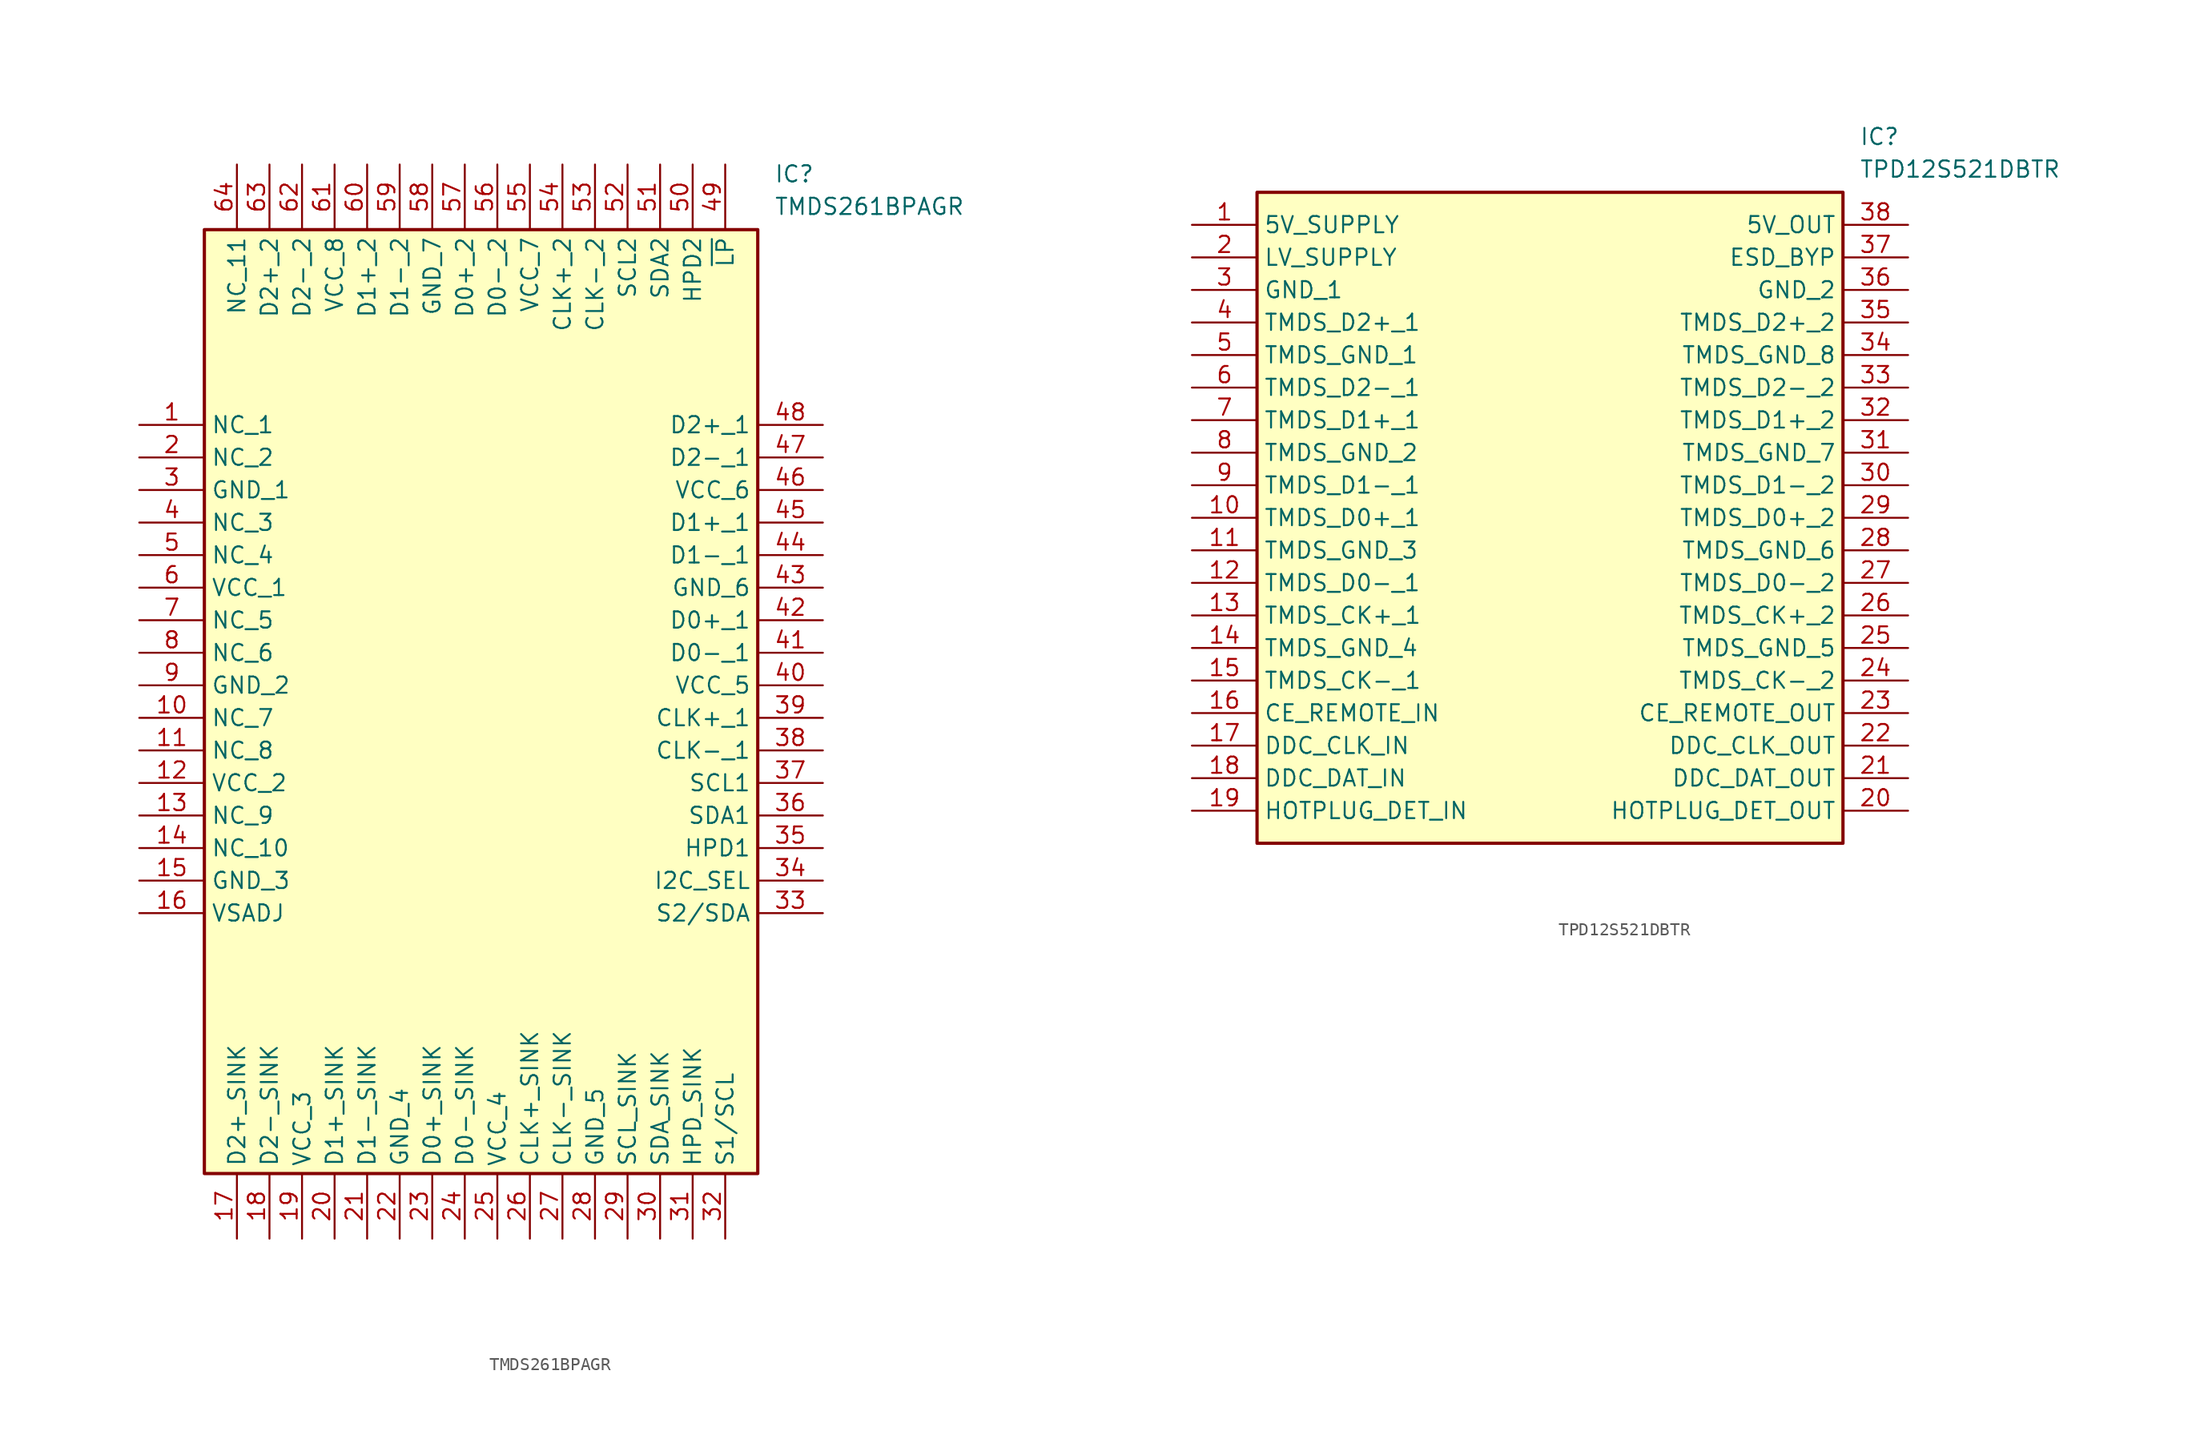
<source format=kicad_sym>
(kicad_symbol_lib
  (version 20220914)
  (generator SamacSys_ECAD_Model)
  (symbol "TMDS261BPAGR"
    (property "Reference" "IC"
      (at 49.53 20.32 0)
      (effects (font (size 1.27 1.27)) (justify left top)))
    (property "Value" "TMDS261BPAGR"
      (at 49.53 17.78 0)
      (effects (font (size 1.27 1.27)) (justify left top)))
    (rectangle
      (start 5.08 15.24)
      (end 48.26 -58.42)
      (stroke (width 0.254) (type default))
      (fill (type background)))
    (pin passive line
      (at 0 0 0)
      (length 5.08)
      (name "NC_1" (effects (font (size 1.27 1.27))))
      (number "1" (effects (font (size 1.27 1.27)))))
    (pin passive line
      (at 0 -2.54 0)
      (length 5.08)
      (name "NC_2" (effects (font (size 1.27 1.27))))
      (number "2" (effects (font (size 1.27 1.27)))))
    (pin passive line
      (at 0 -5.08 0)
      (length 5.08)
      (name "GND_1" (effects (font (size 1.27 1.27))))
      (number "3" (effects (font (size 1.27 1.27)))))
    (pin passive line
      (at 0 -7.62 0)
      (length 5.08)
      (name "NC_3" (effects (font (size 1.27 1.27))))
      (number "4" (effects (font (size 1.27 1.27)))))
    (pin passive line
      (at 0 -10.16 0)
      (length 5.08)
      (name "NC_4" (effects (font (size 1.27 1.27))))
      (number "5" (effects (font (size 1.27 1.27)))))
    (pin passive line
      (at 0 -12.7 0)
      (length 5.08)
      (name "VCC_1" (effects (font (size 1.27 1.27))))
      (number "6" (effects (font (size 1.27 1.27)))))
    (pin passive line
      (at 0 -15.24 0)
      (length 5.08)
      (name "NC_5" (effects (font (size 1.27 1.27))))
      (number "7" (effects (font (size 1.27 1.27)))))
    (pin passive line
      (at 0 -17.78 0)
      (length 5.08)
      (name "NC_6" (effects (font (size 1.27 1.27))))
      (number "8" (effects (font (size 1.27 1.27)))))
    (pin passive line
      (at 0 -20.32 0)
      (length 5.08)
      (name "GND_2" (effects (font (size 1.27 1.27))))
      (number "9" (effects (font (size 1.27 1.27)))))
    (pin passive line
      (at 0 -22.86 0)
      (length 5.08)
      (name "NC_7" (effects (font (size 1.27 1.27))))
      (number "10" (effects (font (size 1.27 1.27)))))
    (pin passive line
      (at 0 -25.4 0)
      (length 5.08)
      (name "NC_8" (effects (font (size 1.27 1.27))))
      (number "11" (effects (font (size 1.27 1.27)))))
    (pin passive line
      (at 0 -27.94 0)
      (length 5.08)
      (name "VCC_2" (effects (font (size 1.27 1.27))))
      (number "12" (effects (font (size 1.27 1.27)))))
    (pin passive line
      (at 0 -30.48 0)
      (length 5.08)
      (name "NC_9" (effects (font (size 1.27 1.27))))
      (number "13" (effects (font (size 1.27 1.27)))))
    (pin passive line
      (at 0 -33.02 0)
      (length 5.08)
      (name "NC_10" (effects (font (size 1.27 1.27))))
      (number "14" (effects (font (size 1.27 1.27)))))
    (pin passive line
      (at 0 -35.56 0)
      (length 5.08)
      (name "GND_3" (effects (font (size 1.27 1.27))))
      (number "15" (effects (font (size 1.27 1.27)))))
    (pin passive line
      (at 0 -38.1 0)
      (length 5.08)
      (name "VSADJ" (effects (font (size 1.27 1.27))))
      (number "16" (effects (font (size 1.27 1.27)))))
    (pin passive line
      (at 7.62 -63.5 90)
      (length 5.08)
      (name "D2+_SINK" (effects (font (size 1.27 1.27))))
      (number "17" (effects (font (size 1.27 1.27)))))
    (pin passive line
      (at 10.16 -63.5 90)
      (length 5.08)
      (name "D2-_SINK" (effects (font (size 1.27 1.27))))
      (number "18" (effects (font (size 1.27 1.27)))))
    (pin passive line
      (at 12.7 -63.5 90)
      (length 5.08)
      (name "VCC_3" (effects (font (size 1.27 1.27))))
      (number "19" (effects (font (size 1.27 1.27)))))
    (pin passive line
      (at 15.24 -63.5 90)
      (length 5.08)
      (name "D1+_SINK" (effects (font (size 1.27 1.27))))
      (number "20" (effects (font (size 1.27 1.27)))))
    (pin passive line
      (at 17.78 -63.5 90)
      (length 5.08)
      (name "D1-_SINK" (effects (font (size 1.27 1.27))))
      (number "21" (effects (font (size 1.27 1.27)))))
    (pin passive line
      (at 20.32 -63.5 90)
      (length 5.08)
      (name "GND_4" (effects (font (size 1.27 1.27))))
      (number "22" (effects (font (size 1.27 1.27)))))
    (pin passive line
      (at 22.86 -63.5 90)
      (length 5.08)
      (name "D0+_SINK" (effects (font (size 1.27 1.27))))
      (number "23" (effects (font (size 1.27 1.27)))))
    (pin passive line
      (at 25.4 -63.5 90)
      (length 5.08)
      (name "D0-_SINK" (effects (font (size 1.27 1.27))))
      (number "24" (effects (font (size 1.27 1.27)))))
    (pin passive line
      (at 27.94 -63.5 90)
      (length 5.08)
      (name "VCC_4" (effects (font (size 1.27 1.27))))
      (number "25" (effects (font (size 1.27 1.27)))))
    (pin passive line
      (at 30.48 -63.5 90)
      (length 5.08)
      (name "CLK+_SINK" (effects (font (size 1.27 1.27))))
      (number "26" (effects (font (size 1.27 1.27)))))
    (pin passive line
      (at 33.02 -63.5 90)
      (length 5.08)
      (name "CLK-_SINK" (effects (font (size 1.27 1.27))))
      (number "27" (effects (font (size 1.27 1.27)))))
    (pin passive line
      (at 35.56 -63.5 90)
      (length 5.08)
      (name "GND_5" (effects (font (size 1.27 1.27))))
      (number "28" (effects (font (size 1.27 1.27)))))
    (pin passive line
      (at 38.1 -63.5 90)
      (length 5.08)
      (name "SCL_SINK" (effects (font (size 1.27 1.27))))
      (number "29" (effects (font (size 1.27 1.27)))))
    (pin passive line
      (at 40.64 -63.5 90)
      (length 5.08)
      (name "SDA_SINK" (effects (font (size 1.27 1.27))))
      (number "30" (effects (font (size 1.27 1.27)))))
    (pin passive line
      (at 43.18 -63.5 90)
      (length 5.08)
      (name "HPD_SINK" (effects (font (size 1.27 1.27))))
      (number "31" (effects (font (size 1.27 1.27)))))
    (pin passive line
      (at 45.72 -63.5 90)
      (length 5.08)
      (name "S1/SCL" (effects (font (size 1.27 1.27))))
      (number "32" (effects (font (size 1.27 1.27)))))
    (pin passive line
      (at 53.34 0 180)
      (length 5.08)
      (name "D2+_1" (effects (font (size 1.27 1.27))))
      (number "48" (effects (font (size 1.27 1.27)))))
    (pin passive line
      (at 53.34 -2.54 180)
      (length 5.08)
      (name "D2-_1" (effects (font (size 1.27 1.27))))
      (number "47" (effects (font (size 1.27 1.27)))))
    (pin passive line
      (at 53.34 -5.08 180)
      (length 5.08)
      (name "VCC_6" (effects (font (size 1.27 1.27))))
      (number "46" (effects (font (size 1.27 1.27)))))
    (pin passive line
      (at 53.34 -7.62 180)
      (length 5.08)
      (name "D1+_1" (effects (font (size 1.27 1.27))))
      (number "45" (effects (font (size 1.27 1.27)))))
    (pin passive line
      (at 53.34 -10.16 180)
      (length 5.08)
      (name "D1-_1" (effects (font (size 1.27 1.27))))
      (number "44" (effects (font (size 1.27 1.27)))))
    (pin passive line
      (at 53.34 -12.7 180)
      (length 5.08)
      (name "GND_6" (effects (font (size 1.27 1.27))))
      (number "43" (effects (font (size 1.27 1.27)))))
    (pin passive line
      (at 53.34 -15.24 180)
      (length 5.08)
      (name "D0+_1" (effects (font (size 1.27 1.27))))
      (number "42" (effects (font (size 1.27 1.27)))))
    (pin passive line
      (at 53.34 -17.78 180)
      (length 5.08)
      (name "D0-_1" (effects (font (size 1.27 1.27))))
      (number "41" (effects (font (size 1.27 1.27)))))
    (pin passive line
      (at 53.34 -20.32 180)
      (length 5.08)
      (name "VCC_5" (effects (font (size 1.27 1.27))))
      (number "40" (effects (font (size 1.27 1.27)))))
    (pin passive line
      (at 53.34 -22.86 180)
      (length 5.08)
      (name "CLK+_1" (effects (font (size 1.27 1.27))))
      (number "39" (effects (font (size 1.27 1.27)))))
    (pin passive line
      (at 53.34 -25.4 180)
      (length 5.08)
      (name "CLK-_1" (effects (font (size 1.27 1.27))))
      (number "38" (effects (font (size 1.27 1.27)))))
    (pin passive line
      (at 53.34 -27.94 180)
      (length 5.08)
      (name "SCL1" (effects (font (size 1.27 1.27))))
      (number "37" (effects (font (size 1.27 1.27)))))
    (pin passive line
      (at 53.34 -30.48 180)
      (length 5.08)
      (name "SDA1" (effects (font (size 1.27 1.27))))
      (number "36" (effects (font (size 1.27 1.27)))))
    (pin passive line
      (at 53.34 -33.02 180)
      (length 5.08)
      (name "HPD1" (effects (font (size 1.27 1.27))))
      (number "35" (effects (font (size 1.27 1.27)))))
    (pin passive line
      (at 53.34 -35.56 180)
      (length 5.08)
      (name "I2C_SEL" (effects (font (size 1.27 1.27))))
      (number "34" (effects (font (size 1.27 1.27)))))
    (pin passive line
      (at 53.34 -38.1 180)
      (length 5.08)
      (name "S2/SDA" (effects (font (size 1.27 1.27))))
      (number "33" (effects (font (size 1.27 1.27)))))
    (pin passive line
      (at 7.62 20.32 270)
      (length 5.08)
      (name "NC_11" (effects (font (size 1.27 1.27))))
      (number "64" (effects (font (size 1.27 1.27)))))
    (pin passive line
      (at 10.16 20.32 270)
      (length 5.08)
      (name "D2+_2" (effects (font (size 1.27 1.27))))
      (number "63" (effects (font (size 1.27 1.27)))))
    (pin passive line
      (at 12.7 20.32 270)
      (length 5.08)
      (name "D2-_2" (effects (font (size 1.27 1.27))))
      (number "62" (effects (font (size 1.27 1.27)))))
    (pin passive line
      (at 15.24 20.32 270)
      (length 5.08)
      (name "VCC_8" (effects (font (size 1.27 1.27))))
      (number "61" (effects (font (size 1.27 1.27)))))
    (pin passive line
      (at 17.78 20.32 270)
      (length 5.08)
      (name "D1+_2" (effects (font (size 1.27 1.27))))
      (number "60" (effects (font (size 1.27 1.27)))))
    (pin passive line
      (at 20.32 20.32 270)
      (length 5.08)
      (name "D1-_2" (effects (font (size 1.27 1.27))))
      (number "59" (effects (font (size 1.27 1.27)))))
    (pin passive line
      (at 22.86 20.32 270)
      (length 5.08)
      (name "GND_7" (effects (font (size 1.27 1.27))))
      (number "58" (effects (font (size 1.27 1.27)))))
    (pin passive line
      (at 25.4 20.32 270)
      (length 5.08)
      (name "D0+_2" (effects (font (size 1.27 1.27))))
      (number "57" (effects (font (size 1.27 1.27)))))
    (pin passive line
      (at 27.94 20.32 270)
      (length 5.08)
      (name "D0-_2" (effects (font (size 1.27 1.27))))
      (number "56" (effects (font (size 1.27 1.27)))))
    (pin passive line
      (at 30.48 20.32 270)
      (length 5.08)
      (name "VCC_7" (effects (font (size 1.27 1.27))))
      (number "55" (effects (font (size 1.27 1.27)))))
    (pin passive line
      (at 33.02 20.32 270)
      (length 5.08)
      (name "CLK+_2" (effects (font (size 1.27 1.27))))
      (number "54" (effects (font (size 1.27 1.27)))))
    (pin passive line
      (at 35.56 20.32 270)
      (length 5.08)
      (name "CLK-_2" (effects (font (size 1.27 1.27))))
      (number "53" (effects (font (size 1.27 1.27)))))
    (pin passive line
      (at 38.1 20.32 270)
      (length 5.08)
      (name "SCL2" (effects (font (size 1.27 1.27))))
      (number "52" (effects (font (size 1.27 1.27)))))
    (pin passive line
      (at 40.64 20.32 270)
      (length 5.08)
      (name "SDA2" (effects (font (size 1.27 1.27))))
      (number "51" (effects (font (size 1.27 1.27)))))
    (pin passive line
      (at 43.18 20.32 270)
      (length 5.08)
      (name "HPD2" (effects (font (size 1.27 1.27))))
      (number "50" (effects (font (size 1.27 1.27)))))
    (pin passive line
      (at 45.72 20.32 270)
      (length 5.08)
      (name "~{LP}" (effects (font (size 1.27 1.27))))
      (number "49" (effects (font (size 1.27 1.27))))))
  (symbol "TPD12S521DBTR"
    (property "Reference" "IC"
      (at 52.07 7.62 0)
      (effects (font (size 1.27 1.27)) (justify left top)))
    (property "Value" "TPD12S521DBTR"
      (at 52.07 5.08 0)
      (effects (font (size 1.27 1.27)) (justify left top)))
    (rectangle
      (start 5.08 2.54)
      (end 50.8 -48.26)
      (stroke (width 0.254) (type default))
      (fill (type background)))
    (pin passive line
      (at 0 0 0)
      (length 5.08)
      (name "5V_SUPPLY" (effects (font (size 1.27 1.27))))
      (number "1" (effects (font (size 1.27 1.27)))))
    (pin passive line
      (at 0 -2.54 0)
      (length 5.08)
      (name "LV_SUPPLY" (effects (font (size 1.27 1.27))))
      (number "2" (effects (font (size 1.27 1.27)))))
    (pin passive line
      (at 0 -5.08 0)
      (length 5.08)
      (name "GND_1" (effects (font (size 1.27 1.27))))
      (number "3" (effects (font (size 1.27 1.27)))))
    (pin passive line
      (at 0 -7.62 0)
      (length 5.08)
      (name "TMDS_D2+_1" (effects (font (size 1.27 1.27))))
      (number "4" (effects (font (size 1.27 1.27)))))
    (pin passive line
      (at 0 -10.16 0)
      (length 5.08)
      (name "TMDS_GND_1" (effects (font (size 1.27 1.27))))
      (number "5" (effects (font (size 1.27 1.27)))))
    (pin passive line
      (at 0 -12.7 0)
      (length 5.08)
      (name "TMDS_D2-_1" (effects (font (size 1.27 1.27))))
      (number "6" (effects (font (size 1.27 1.27)))))
    (pin passive line
      (at 0 -15.24 0)
      (length 5.08)
      (name "TMDS_D1+_1" (effects (font (size 1.27 1.27))))
      (number "7" (effects (font (size 1.27 1.27)))))
    (pin passive line
      (at 0 -17.78 0)
      (length 5.08)
      (name "TMDS_GND_2" (effects (font (size 1.27 1.27))))
      (number "8" (effects (font (size 1.27 1.27)))))
    (pin passive line
      (at 0 -20.32 0)
      (length 5.08)
      (name "TMDS_D1-_1" (effects (font (size 1.27 1.27))))
      (number "9" (effects (font (size 1.27 1.27)))))
    (pin passive line
      (at 0 -22.86 0)
      (length 5.08)
      (name "TMDS_D0+_1" (effects (font (size 1.27 1.27))))
      (number "10" (effects (font (size 1.27 1.27)))))
    (pin passive line
      (at 0 -25.4 0)
      (length 5.08)
      (name "TMDS_GND_3" (effects (font (size 1.27 1.27))))
      (number "11" (effects (font (size 1.27 1.27)))))
    (pin passive line
      (at 0 -27.94 0)
      (length 5.08)
      (name "TMDS_D0-_1" (effects (font (size 1.27 1.27))))
      (number "12" (effects (font (size 1.27 1.27)))))
    (pin passive line
      (at 0 -30.48 0)
      (length 5.08)
      (name "TMDS_CK+_1" (effects (font (size 1.27 1.27))))
      (number "13" (effects (font (size 1.27 1.27)))))
    (pin passive line
      (at 0 -33.02 0)
      (length 5.08)
      (name "TMDS_GND_4" (effects (font (size 1.27 1.27))))
      (number "14" (effects (font (size 1.27 1.27)))))
    (pin passive line
      (at 0 -35.56 0)
      (length 5.08)
      (name "TMDS_CK-_1" (effects (font (size 1.27 1.27))))
      (number "15" (effects (font (size 1.27 1.27)))))
    (pin passive line
      (at 0 -38.1 0)
      (length 5.08)
      (name "CE_REMOTE_IN" (effects (font (size 1.27 1.27))))
      (number "16" (effects (font (size 1.27 1.27)))))
    (pin passive line
      (at 0 -40.64 0)
      (length 5.08)
      (name "DDC_CLK_IN" (effects (font (size 1.27 1.27))))
      (number "17" (effects (font (size 1.27 1.27)))))
    (pin passive line
      (at 0 -43.18 0)
      (length 5.08)
      (name "DDC_DAT_IN" (effects (font (size 1.27 1.27))))
      (number "18" (effects (font (size 1.27 1.27)))))
    (pin passive line
      (at 0 -45.72 0)
      (length 5.08)
      (name "HOTPLUG_DET_IN" (effects (font (size 1.27 1.27))))
      (number "19" (effects (font (size 1.27 1.27)))))
    (pin passive line
      (at 55.88 0 180)
      (length 5.08)
      (name "5V_OUT" (effects (font (size 1.27 1.27))))
      (number "38" (effects (font (size 1.27 1.27)))))
    (pin passive line
      (at 55.88 -2.54 180)
      (length 5.08)
      (name "ESD_BYP" (effects (font (size 1.27 1.27))))
      (number "37" (effects (font (size 1.27 1.27)))))
    (pin passive line
      (at 55.88 -5.08 180)
      (length 5.08)
      (name "GND_2" (effects (font (size 1.27 1.27))))
      (number "36" (effects (font (size 1.27 1.27)))))
    (pin passive line
      (at 55.88 -7.62 180)
      (length 5.08)
      (name "TMDS_D2+_2" (effects (font (size 1.27 1.27))))
      (number "35" (effects (font (size 1.27 1.27)))))
    (pin passive line
      (at 55.88 -10.16 180)
      (length 5.08)
      (name "TMDS_GND_8" (effects (font (size 1.27 1.27))))
      (number "34" (effects (font (size 1.27 1.27)))))
    (pin passive line
      (at 55.88 -12.7 180)
      (length 5.08)
      (name "TMDS_D2-_2" (effects (font (size 1.27 1.27))))
      (number "33" (effects (font (size 1.27 1.27)))))
    (pin passive line
      (at 55.88 -15.24 180)
      (length 5.08)
      (name "TMDS_D1+_2" (effects (font (size 1.27 1.27))))
      (number "32" (effects (font (size 1.27 1.27)))))
    (pin passive line
      (at 55.88 -17.78 180)
      (length 5.08)
      (name "TMDS_GND_7" (effects (font (size 1.27 1.27))))
      (number "31" (effects (font (size 1.27 1.27)))))
    (pin passive line
      (at 55.88 -20.32 180)
      (length 5.08)
      (name "TMDS_D1-_2" (effects (font (size 1.27 1.27))))
      (number "30" (effects (font (size 1.27 1.27)))))
    (pin passive line
      (at 55.88 -22.86 180)
      (length 5.08)
      (name "TMDS_D0+_2" (effects (font (size 1.27 1.27))))
      (number "29" (effects (font (size 1.27 1.27)))))
    (pin passive line
      (at 55.88 -25.4 180)
      (length 5.08)
      (name "TMDS_GND_6" (effects (font (size 1.27 1.27))))
      (number "28" (effects (font (size 1.27 1.27)))))
    (pin passive line
      (at 55.88 -27.94 180)
      (length 5.08)
      (name "TMDS_D0-_2" (effects (font (size 1.27 1.27))))
      (number "27" (effects (font (size 1.27 1.27)))))
    (pin passive line
      (at 55.88 -30.48 180)
      (length 5.08)
      (name "TMDS_CK+_2" (effects (font (size 1.27 1.27))))
      (number "26" (effects (font (size 1.27 1.27)))))
    (pin passive line
      (at 55.88 -33.02 180)
      (length 5.08)
      (name "TMDS_GND_5" (effects (font (size 1.27 1.27))))
      (number "25" (effects (font (size 1.27 1.27)))))
    (pin passive line
      (at 55.88 -35.56 180)
      (length 5.08)
      (name "TMDS_CK-_2" (effects (font (size 1.27 1.27))))
      (number "24" (effects (font (size 1.27 1.27)))))
    (pin passive line
      (at 55.88 -38.1 180)
      (length 5.08)
      (name "CE_REMOTE_OUT" (effects (font (size 1.27 1.27))))
      (number "23" (effects (font (size 1.27 1.27)))))
    (pin passive line
      (at 55.88 -40.64 180)
      (length 5.08)
      (name "DDC_CLK_OUT" (effects (font (size 1.27 1.27))))
      (number "22" (effects (font (size 1.27 1.27)))))
    (pin passive line
      (at 55.88 -43.18 180)
      (length 5.08)
      (name "DDC_DAT_OUT" (effects (font (size 1.27 1.27))))
      (number "21" (effects (font (size 1.27 1.27)))))
    (pin passive line
      (at 55.88 -45.72 180)
      (length 5.08)
      (name "HOTPLUG_DET_OUT" (effects (font (size 1.27 1.27))))
      (number "20" (effects (font (size 1.27 1.27)))))))
</source>
